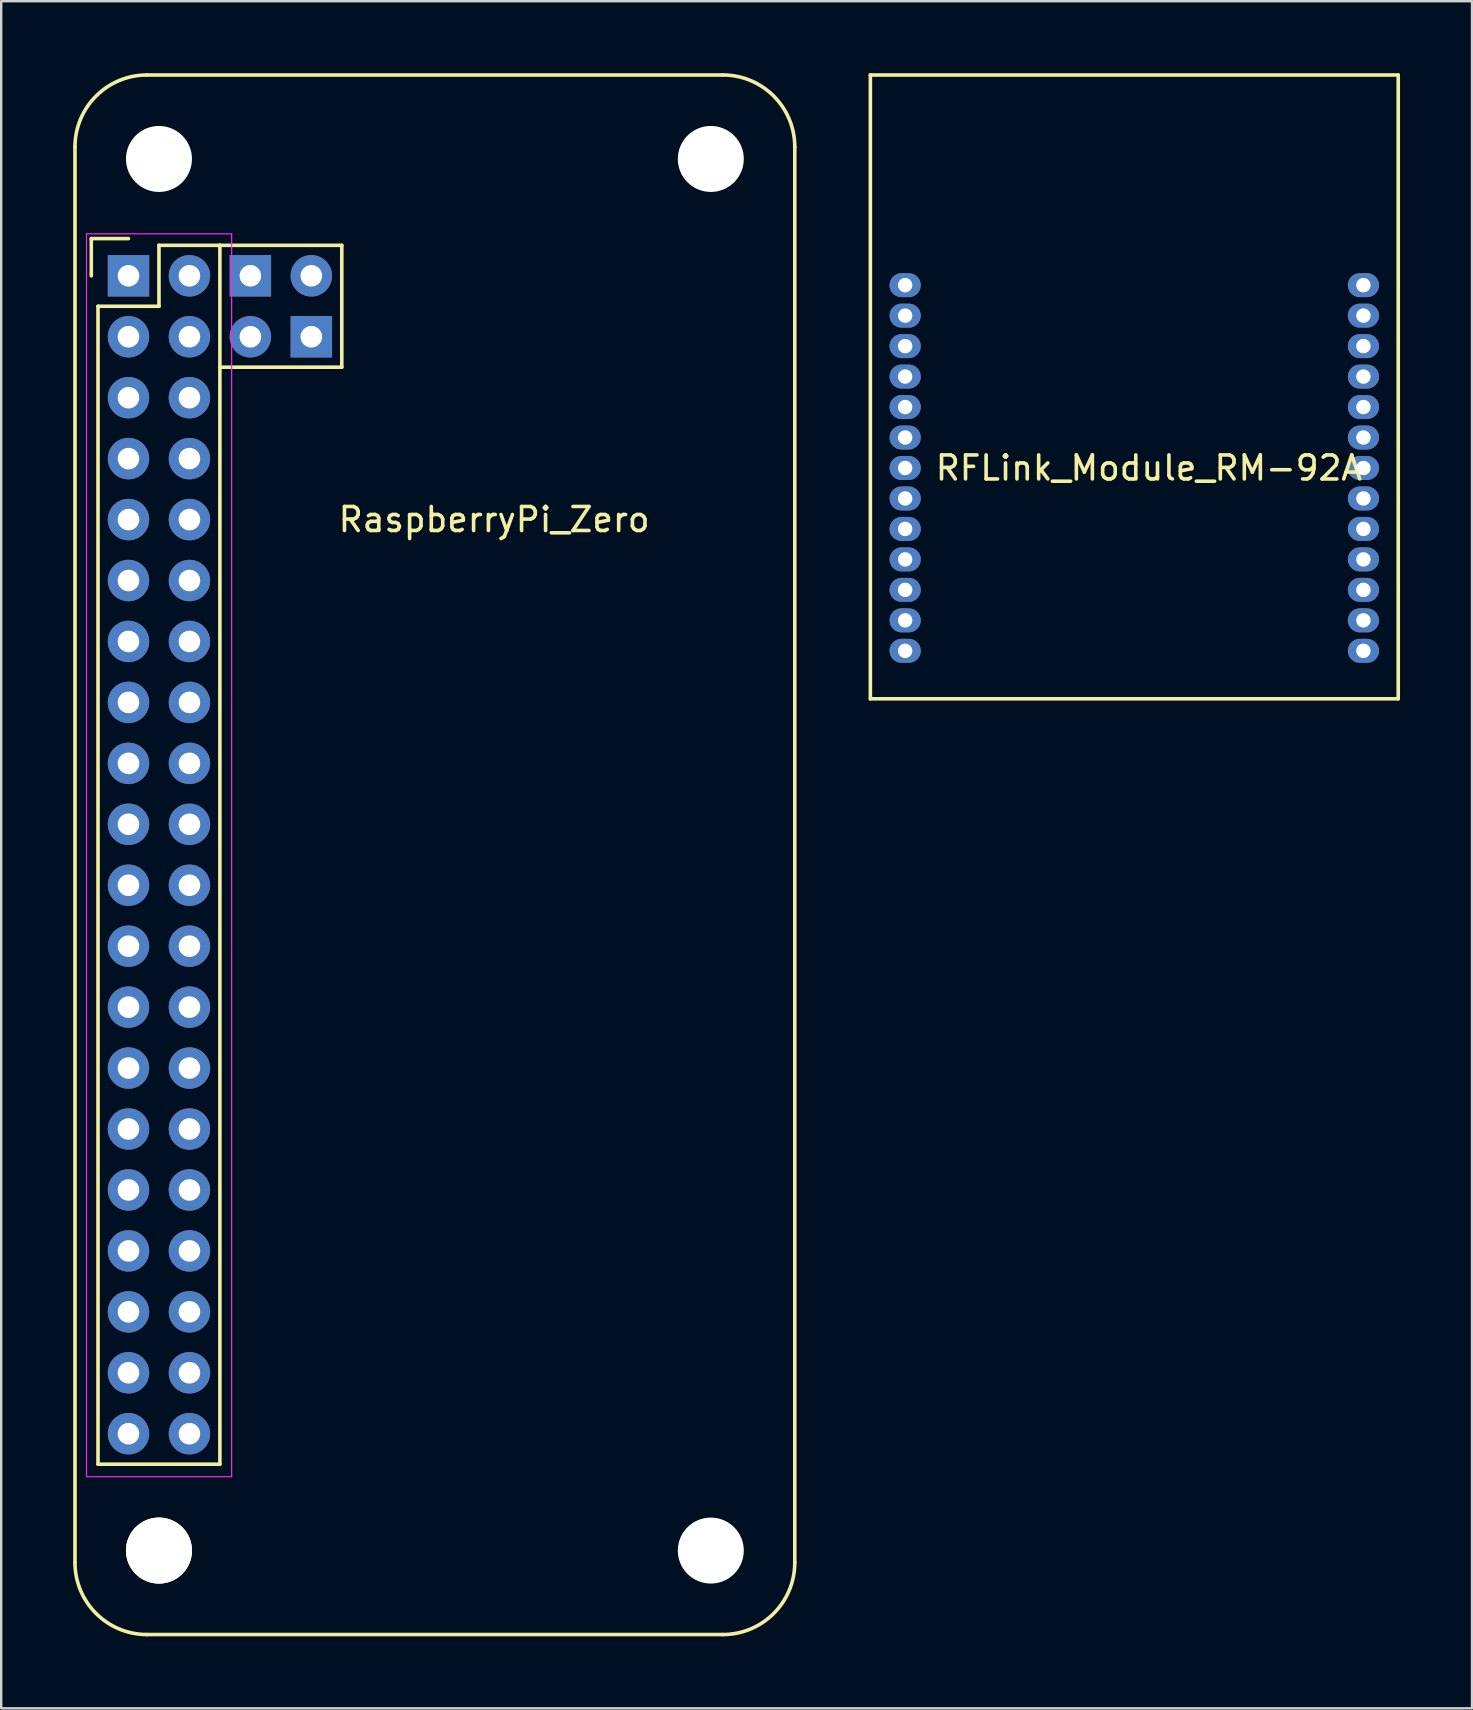
<source format=kicad_pcb>
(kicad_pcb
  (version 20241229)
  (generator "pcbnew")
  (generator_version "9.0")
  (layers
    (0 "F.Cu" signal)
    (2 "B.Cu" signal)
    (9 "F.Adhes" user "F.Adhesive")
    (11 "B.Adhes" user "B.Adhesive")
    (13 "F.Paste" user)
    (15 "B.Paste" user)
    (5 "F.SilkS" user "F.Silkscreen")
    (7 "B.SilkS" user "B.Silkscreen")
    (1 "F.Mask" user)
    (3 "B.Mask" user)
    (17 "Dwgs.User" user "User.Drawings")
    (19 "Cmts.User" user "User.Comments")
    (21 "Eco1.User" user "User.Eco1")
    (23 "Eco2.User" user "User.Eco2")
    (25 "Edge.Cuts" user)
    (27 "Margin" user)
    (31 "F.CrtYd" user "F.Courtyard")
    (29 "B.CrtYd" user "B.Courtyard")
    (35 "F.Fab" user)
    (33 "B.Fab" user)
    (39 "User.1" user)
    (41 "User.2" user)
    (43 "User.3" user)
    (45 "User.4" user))
  (footprint "RaspberryPi_Zero"
    (layer "F.Cu")
    (at 2.305 8.445)
    (property "Reference" "RaspberryPi_Zero" (at 15.24 10.16 0) (layer "F.SilkS") (effects (font (size 1 1) (thickness 0.15))))
    (attr through_hole)
    (fp_line (start -2.23 53.63) (end -2.23 -5.37) (stroke (width 0.15) (type solid)) (layer "F.SilkS"))
    (fp_line (start -1.55 -1.55) (end -1.55 0) (stroke (width 0.15) (type solid)) (layer "F.SilkS"))
    (fp_line (start -1.27 1.27) (end -1.27 49.53) (stroke (width 0.15) (type solid)) (layer "F.SilkS"))
    (fp_line (start 0 -1.55) (end -1.55 -1.55) (stroke (width 0.15) (type solid)) (layer "F.SilkS"))
    (fp_line (start 0.77 -8.37) (end 24.77 -8.37) (stroke (width 0.15) (type solid)) (layer "F.SilkS"))
    (fp_line (start 1.27 -1.27) (end 1.27 1.27) (stroke (width 0.15) (type solid)) (layer "F.SilkS"))
    (fp_line (start 1.27 1.27) (end -1.27 1.27) (stroke (width 0.15) (type solid)) (layer "F.SilkS"))
    (fp_line (start 3.81 -1.27) (end 1.27 -1.27) (stroke (width 0.15) (type solid)) (layer "F.SilkS"))
    (fp_line (start 3.81 -1.27) (end 8.89 -1.27) (stroke (width 0.15) (type solid)) (layer "F.SilkS"))
    (fp_line (start 3.81 49.53) (end -1.27 49.53) (stroke (width 0.15) (type solid)) (layer "F.SilkS"))
    (fp_line (start 3.81 49.53) (end 3.81 -1.27) (stroke (width 0.15) (type solid)) (layer "F.SilkS"))
    (fp_line (start 8.89 -1.27) (end 8.89 3.81) (stroke (width 0.15) (type solid)) (layer "F.SilkS"))
    (fp_line (start 8.89 3.81) (end 3.81 3.81) (stroke (width 0.15) (type solid)) (layer "F.SilkS"))
    (fp_line (start 24.77 56.63) (end 0.77 56.63) (stroke (width 0.15) (type solid)) (layer "F.SilkS"))
    (fp_line (start 27.77 -5.37) (end 27.77 53.63) (stroke (width 0.15) (type solid)) (layer "F.SilkS"))
    (fp_arc (start -2.23 -5.37) (mid -1.35132 -7.49132) (end 0.77 -8.37) (stroke (width 0.15) (type solid)) (layer "F.SilkS"))
    (fp_arc (start 0.77 56.63) (mid -1.35132 55.75132) (end -2.23 53.63) (stroke (width 0.15) (type solid)) (layer "F.SilkS"))
    (fp_arc (start 24.77 -8.37) (mid 26.89132 -7.49132) (end 27.77 -5.37) (stroke (width 0.15) (type solid)) (layer "F.SilkS"))
    (fp_arc (start 27.77 53.63) (mid 26.89132 55.75132) (end 24.77 56.63) (stroke (width 0.15) (type solid)) (layer "F.SilkS"))
    (fp_line (start -1.75 -1.75) (end -1.75 50.05) (stroke (width 0.05) (type solid)) (layer "F.CrtYd"))
    (fp_line (start -1.75 -1.75) (end 4.3 -1.75) (stroke (width 0.05) (type solid)) (layer "F.CrtYd"))
    (fp_line (start -1.75 50.05) (end 4.3 50.05) (stroke (width 0.05) (type solid)) (layer "F.CrtYd"))
    (fp_line (start 4.3 -1.75) (end 4.3 50.05) (stroke (width 0.05) (type solid)) (layer "F.CrtYd"))
    (pad "" np_thru_hole circle (at 1.27 -4.87) (size 2.75 2.75) (drill 2.75) (layers "*.Cu" "*.Mask"))
    (pad "" np_thru_hole circle (at 1.27 53.13) (size 2.75 2.75) (drill 2.75) (layers "*.Cu" "*.SilkS" "*.Mask"))
    (pad "" np_thru_hole circle (at 24.27 -4.87) (size 2.75 2.75) (drill 2.75) (layers "*.Cu" "*.Mask"))
    (pad "" np_thru_hole circle (at 24.27 53.13) (size 2.75 2.75) (drill 2.75) (layers "*.Cu" "*.Mask"))
    (pad "1" thru_hole rect (at 0 0) (size 1.727 1.727) (drill 0.9) (layers "*.Cu" "*.Mask"))
    (pad "2" thru_hole oval (at 2.54 0) (size 1.727 1.727) (drill 0.9) (layers "*.Cu" "*.Mask"))
    (pad "3" thru_hole oval (at 0 2.54) (size 1.727 1.727) (drill 0.9) (layers "*.Cu" "*.Mask"))
    (pad "4" thru_hole oval (at 2.54 2.54) (size 1.727 1.727) (drill 0.9) (layers "*.Cu" "*.Mask"))
    (pad "5" thru_hole oval (at 0 5.08) (size 1.727 1.727) (drill 0.9) (layers "*.Cu" "*.Mask"))
    (pad "6" thru_hole oval (at 2.54 5.08) (size 1.727 1.727) (drill 0.9) (layers "*.Cu" "*.Mask"))
    (pad "7" thru_hole oval (at 0 7.62) (size 1.727 1.727) (drill 0.9) (layers "*.Cu" "*.Mask"))
    (pad "8" thru_hole oval (at 2.54 7.62) (size 1.727 1.727) (drill 0.9) (layers "*.Cu" "*.Mask"))
    (pad "9" thru_hole oval (at 0 10.16) (size 1.727 1.727) (drill 0.9) (layers "*.Cu" "*.Mask"))
    (pad "10" thru_hole oval (at 2.54 10.16) (size 1.727 1.727) (drill 0.9) (layers "*.Cu" "*.Mask"))
    (pad "11" thru_hole oval (at 0 12.7) (size 1.727 1.727) (drill 0.9) (layers "*.Cu" "*.Mask"))
    (pad "12" thru_hole oval (at 2.54 12.7) (size 1.727 1.727) (drill 0.9) (layers "*.Cu" "*.Mask"))
    (pad "13" thru_hole oval (at 0 15.24) (size 1.727 1.727) (drill 0.9) (layers "*.Cu" "*.Mask"))
    (pad "14" thru_hole oval (at 2.54 15.24) (size 1.727 1.727) (drill 0.9) (layers "*.Cu" "*.Mask"))
    (pad "15" thru_hole oval (at 0 17.78) (size 1.727 1.727) (drill 0.9) (layers "*.Cu" "*.Mask"))
    (pad "16" thru_hole oval (at 2.54 17.78) (size 1.727 1.727) (drill 0.9) (layers "*.Cu" "*.Mask"))
    (pad "17" thru_hole oval (at 0 20.32) (size 1.727 1.727) (drill 0.9) (layers "*.Cu" "*.Mask"))
    (pad "18" thru_hole oval (at 2.54 20.32) (size 1.727 1.727) (drill 0.9) (layers "*.Cu" "*.Mask"))
    (pad "19" thru_hole oval (at 0 22.86) (size 1.727 1.727) (drill 0.9) (layers "*.Cu" "*.Mask"))
    (pad "20" thru_hole oval (at 2.54 22.86) (size 1.727 1.727) (drill 0.9) (layers "*.Cu" "*.Mask"))
    (pad "21" thru_hole oval (at 0 25.4) (size 1.727 1.727) (drill 0.9) (layers "*.Cu" "*.Mask"))
    (pad "22" thru_hole oval (at 2.54 25.4) (size 1.727 1.727) (drill 0.9) (layers "*.Cu" "*.Mask"))
    (pad "23" thru_hole oval (at 0 27.94) (size 1.727 1.727) (drill 0.9) (layers "*.Cu" "*.Mask"))
    (pad "24" thru_hole oval (at 2.54 27.94) (size 1.727 1.727) (drill 0.9) (layers "*.Cu" "*.Mask"))
    (pad "25" thru_hole oval (at 0 30.48) (size 1.727 1.727) (drill 0.9) (layers "*.Cu" "*.Mask"))
    (pad "26" thru_hole oval (at 2.54 30.48) (size 1.727 1.727) (drill 0.9) (layers "*.Cu" "*.Mask"))
    (pad "27" thru_hole oval (at 0 33.02) (size 1.727 1.727) (drill 0.9) (layers "*.Cu" "*.Mask"))
    (pad "28" thru_hole oval (at 2.54 33.02) (size 1.727 1.727) (drill 0.9) (layers "*.Cu" "*.Mask"))
    (pad "29" thru_hole oval (at 0 35.56) (size 1.727 1.727) (drill 0.9) (layers "*.Cu" "*.Mask"))
    (pad "30" thru_hole oval (at 2.54 35.56) (size 1.727 1.727) (drill 0.9) (layers "*.Cu" "*.Mask"))
    (pad "31" thru_hole oval (at 0 38.1) (size 1.727 1.727) (drill 0.9) (layers "*.Cu" "*.Mask"))
    (pad "32" thru_hole oval (at 2.54 38.1) (size 1.727 1.727) (drill 0.9) (layers "*.Cu" "*.Mask"))
    (pad "33" thru_hole oval (at 0 40.64) (size 1.727 1.727) (drill 0.9) (layers "*.Cu" "*.Mask"))
    (pad "34" thru_hole oval (at 2.54 40.64) (size 1.727 1.727) (drill 0.9) (layers "*.Cu" "*.Mask"))
    (pad "35" thru_hole oval (at 0 43.18) (size 1.727 1.727) (drill 0.9) (layers "*.Cu" "*.Mask"))
    (pad "36" thru_hole oval (at 2.54 43.18) (size 1.727 1.727) (drill 0.9) (layers "*.Cu" "*.Mask"))
    (pad "37" thru_hole oval (at 0 45.72) (size 1.727 1.727) (drill 0.9) (layers "*.Cu" "*.Mask"))
    (pad "38" thru_hole oval (at 2.54 45.72) (size 1.727 1.727) (drill 0.9) (layers "*.Cu" "*.Mask"))
    (pad "39" thru_hole oval (at 0 48.26) (size 1.727 1.727) (drill 0.9) (layers "*.Cu" "*.Mask"))
    (pad "40" thru_hole oval (at 2.54 48.26) (size 1.727 1.727) (drill 0.9) (layers "*.Cu" "*.Mask"))
    (pad "41" thru_hole rect (at 5.08 0) (size 1.727 1.727) (drill 0.9) (layers "*.Cu" "*.Mask"))
    (pad "42" thru_hole oval (at 5.08 2.54) (size 1.727 1.727) (drill 0.9) (layers "*.Cu" "*.Mask"))
    (pad "43" thru_hole oval (at 7.62 0) (size 1.727 1.727) (drill 0.9) (layers "*.Cu" "*.Mask"))
    (pad "44" thru_hole rect (at 7.62 2.54) (size 1.727 1.727) (drill 0.9) (layers "*.Cu" "*.Mask")))
  (footprint "RFLink_Module_RM-92A"
    (layer "F.Cu")
    (at 34.675 8.835)
    (property "Reference" "RFLink_Module_RM-92A" (at 10.16 7.62 0) (layer "F.SilkS") (effects (font (size 1 1) (thickness 0.15))))
    (attr through_hole)
    (fp_line (start -1.45 -8.76) (end 20.55 -8.76) (stroke (width 0.15) (type solid)) (layer "F.SilkS"))
    (fp_line (start -1.45 17.24) (end -1.45 -8.76) (stroke (width 0.15) (type solid)) (layer "F.SilkS"))
    (fp_line (start 20.55 -8.76) (end 20.55 17.24) (stroke (width 0.15) (type solid)) (layer "F.SilkS"))
    (fp_line (start 20.55 17.24) (end -1.45 17.24) (stroke (width 0.15) (type solid)) (layer "F.SilkS"))
    (pad "1" thru_hole oval (at 0 0) (size 1.3 1) (drill 0.6) (layers "*.Cu" "*.Mask"))
    (pad "2" thru_hole oval (at 0 1.27) (size 1.3 1) (drill 0.6) (layers "*.Cu" "*.Mask"))
    (pad "3" thru_hole oval (at 0 2.54) (size 1.3 1) (drill 0.6) (layers "*.Cu" "*.Mask"))
    (pad "4" thru_hole oval (at 0 3.81) (size 1.3 1) (drill 0.6) (layers "*.Cu" "*.Mask"))
    (pad "5" thru_hole oval (at 0 5.08) (size 1.3 1) (drill 0.6) (layers "*.Cu" "*.Mask"))
    (pad "6" thru_hole oval (at 0 6.35) (size 1.3 1) (drill 0.6) (layers "*.Cu" "*.Mask"))
    (pad "7" thru_hole oval (at 0 7.62) (size 1.3 1) (drill 0.6) (layers "*.Cu" "*.Mask"))
    (pad "8" thru_hole oval (at 0 8.89) (size 1.3 1) (drill 0.6) (layers "*.Cu" "*.Mask"))
    (pad "9" thru_hole oval (at 0 10.16) (size 1.3 1) (drill 0.6) (layers "*.Cu" "*.Mask"))
    (pad "10" thru_hole oval (at 0 11.43) (size 1.3 1) (drill 0.6) (layers "*.Cu" "*.Mask"))
    (pad "11" thru_hole oval (at 0 12.7) (size 1.3 1) (drill 0.6) (layers "*.Cu" "*.Mask"))
    (pad "12" thru_hole oval (at 0 13.97) (size 1.3 1) (drill 0.6) (layers "*.Cu" "*.Mask"))
    (pad "13" thru_hole oval (at 0 15.24) (size 1.3 1) (drill 0.6) (layers "*.Cu" "*.Mask"))
    (pad "14" thru_hole oval (at 19.1 15.24) (size 1.3 1) (drill 0.6) (layers "*.Cu" "*.Mask"))
    (pad "15" thru_hole oval (at 19.1 13.97) (size 1.3 1) (drill 0.6) (layers "*.Cu" "*.Mask"))
    (pad "16" thru_hole oval (at 19.1 12.7) (size 1.3 1) (drill 0.6) (layers "*.Cu" "*.Mask"))
    (pad "17" thru_hole oval (at 19.1 11.43) (size 1.3 1) (drill 0.6) (layers "*.Cu" "*.Mask"))
    (pad "18" thru_hole oval (at 19.1 10.16) (size 1.3 1) (drill 0.6) (layers "*.Cu" "*.Mask"))
    (pad "19" thru_hole oval (at 19.1 8.89) (size 1.3 1) (drill 0.6) (layers "*.Cu" "*.Mask"))
    (pad "20" thru_hole oval (at 19.1 7.62) (size 1.3 1) (drill 0.6) (layers "*.Cu" "*.Mask"))
    (pad "21" thru_hole oval (at 19.1 6.35) (size 1.3 1) (drill 0.6) (layers "*.Cu" "*.Mask"))
    (pad "22" thru_hole oval (at 19.1 5.08) (size 1.3 1) (drill 0.6) (layers "*.Cu" "*.Mask"))
    (pad "23" thru_hole oval (at 19.1 3.81) (size 1.3 1) (drill 0.6) (layers "*.Cu" "*.Mask"))
    (pad "24" thru_hole oval (at 19.1 2.54) (size 1.3 1) (drill 0.6) (layers "*.Cu" "*.Mask"))
    (pad "25" thru_hole oval (at 19.1 1.27) (size 1.3 1) (drill 0.6) (layers "*.Cu" "*.Mask"))
    (pad "26" thru_hole oval (at 19.1 0) (size 1.3 1) (drill 0.6) (layers "*.Cu" "*.Mask")))
  (gr_rect
    (start -3 -3)
    (end 58.3 68.15)
    (stroke (width 0.1) (type default))
    (fill no)
    (layer "Edge.Cuts")))
</source>
